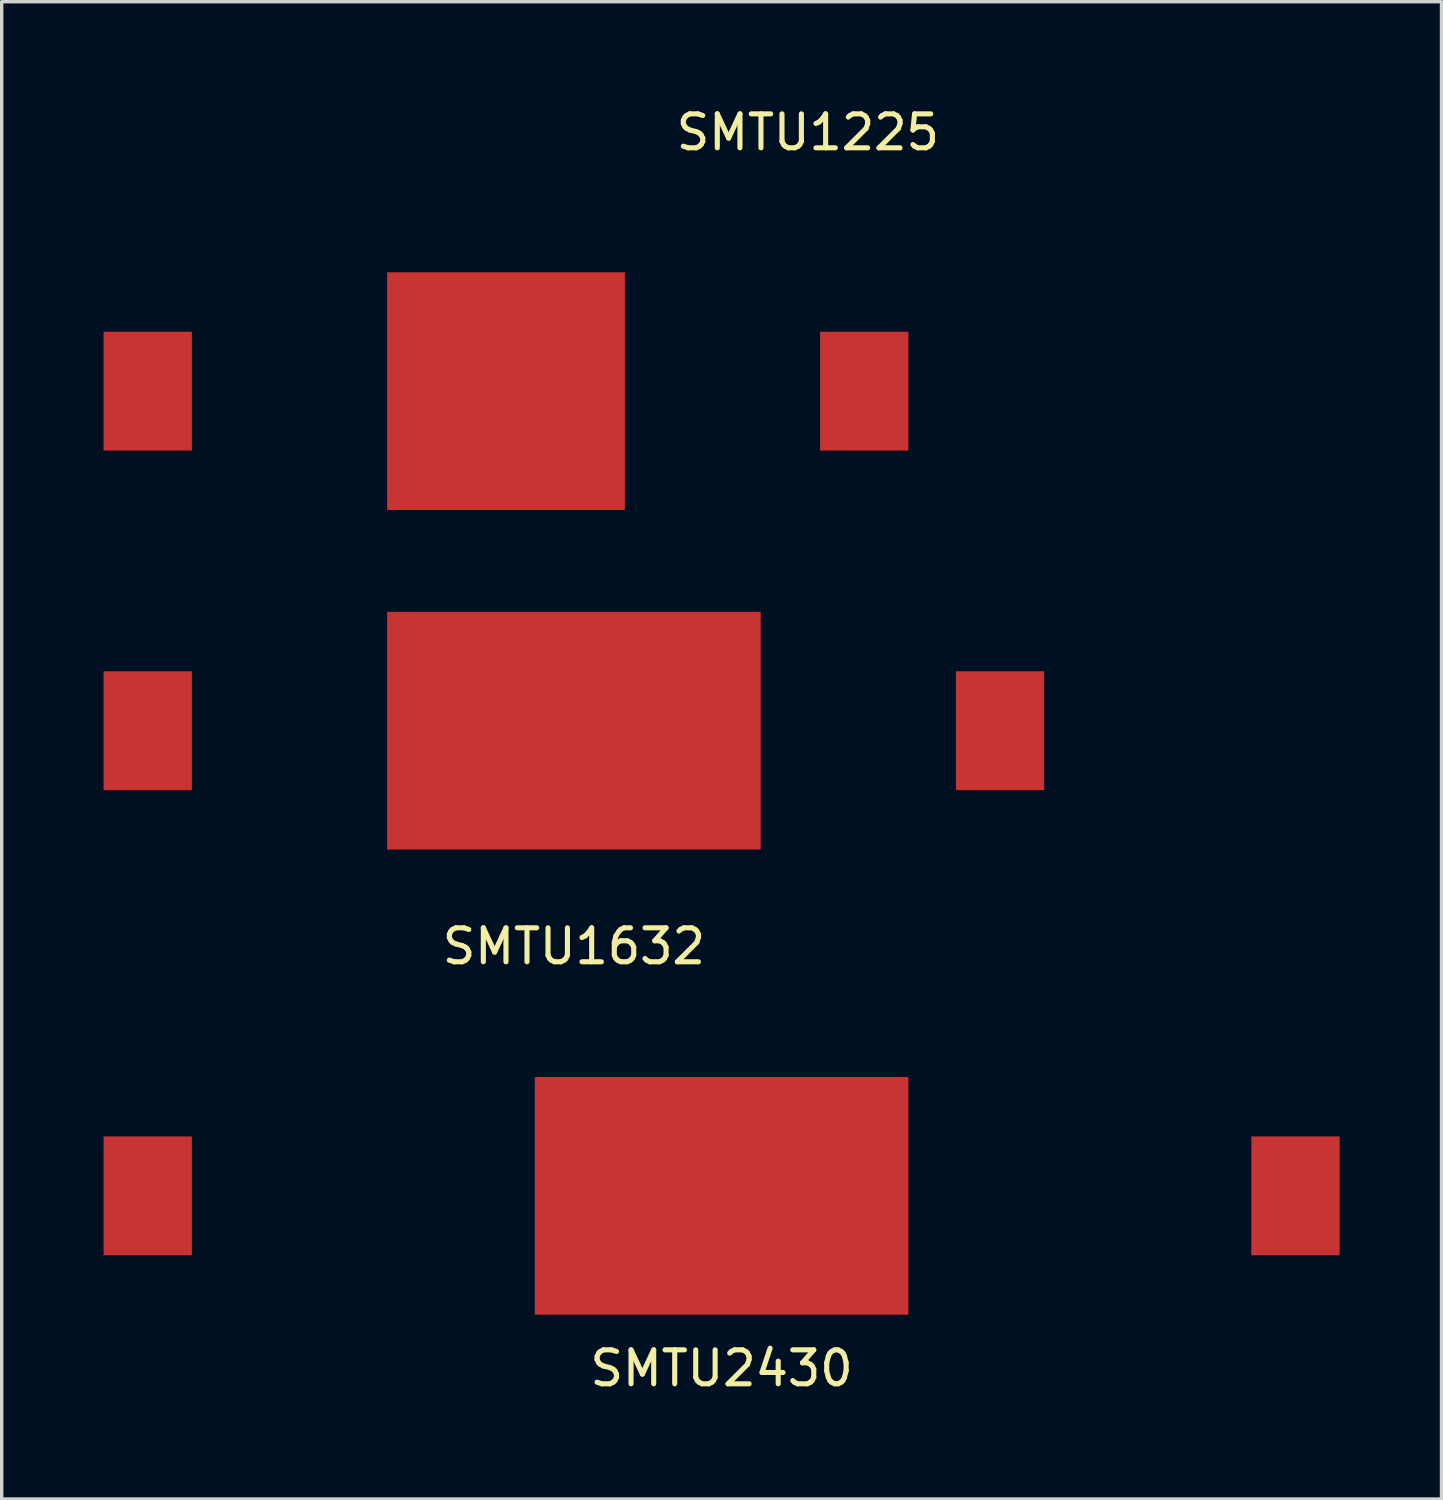
<source format=kicad_pcb>
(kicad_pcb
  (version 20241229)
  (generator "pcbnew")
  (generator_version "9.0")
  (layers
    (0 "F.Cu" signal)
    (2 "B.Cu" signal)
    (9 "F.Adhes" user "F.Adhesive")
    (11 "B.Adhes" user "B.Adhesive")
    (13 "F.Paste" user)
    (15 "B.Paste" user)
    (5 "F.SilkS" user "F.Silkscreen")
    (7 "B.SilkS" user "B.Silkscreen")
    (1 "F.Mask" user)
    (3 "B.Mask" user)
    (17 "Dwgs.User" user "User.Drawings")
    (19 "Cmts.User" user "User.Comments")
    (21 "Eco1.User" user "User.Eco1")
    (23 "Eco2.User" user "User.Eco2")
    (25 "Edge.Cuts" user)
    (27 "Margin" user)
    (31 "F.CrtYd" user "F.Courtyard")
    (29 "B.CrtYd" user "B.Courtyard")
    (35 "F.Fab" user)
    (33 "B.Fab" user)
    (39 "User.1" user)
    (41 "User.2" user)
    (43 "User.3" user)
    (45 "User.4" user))
  (footprint "SMTU1225"
    (layer "F.Cu")
    (at 11.85 8.468)
    (property "Reference" "SMTU1225" (at 8.89 -7.62 0) (layer "F.SilkS") (effects (font (size 1 1) (thickness 0.15))))
    (attr through_hole)
    (pad "1" smd rect (at 0 0) (size 7 7) (layers "F.Cu" "F.Mask" "F.Paste"))
    (pad "2" smd rect (at 10.55 0) (size 2.6 3.5) (layers "F.Cu" "F.Mask" "F.Paste"))
    (pad "3" smd rect (at -10.55 0) (size 2.6 3.5) (layers "F.Cu" "F.Mask" "F.Paste")))
  (footprint "SMTU1632"
    (layer "F.Cu")
    (at 13.85 18.468)
    (property "Reference" "SMTU1632" (at 0 6.35 0) (layer "F.SilkS") (effects (font (size 1 1) (thickness 0.15))))
    (attr through_hole)
    (pad "1" smd rect (at 0 0) (size 11 7) (layers "F.Cu" "F.Mask" "F.Paste"))
    (pad "2" smd rect (at 12.55 0) (size 2.6 3.5) (layers "F.Cu" "F.Mask" "F.Paste"))
    (pad "3" smd rect (at -12.55 0) (size 2.6 3.5) (layers "F.Cu" "F.Mask" "F.Paste")))
  (footprint "SMTU2430"
    (layer "F.Cu")
    (at 18.2 32.166)
    (property "Reference" "SMTU2430" (at 0 5.08 0) (layer "F.SilkS") (effects (font (size 1 1) (thickness 0.15))))
    (attr through_hole)
    (pad "1" smd rect (at -16.9 0) (size 2.6 3.5) (layers "F.Cu" "F.Mask" "F.Paste"))
    (pad "2" smd rect (at 16.9 0) (size 2.6 3.5) (layers "F.Cu" "F.Mask" "F.Paste"))
    (pad "3" smd rect (at 0 0) (size 11 7) (layers "F.Cu" "F.Mask" "F.Paste")))
  (gr_rect
    (start -3 -3)
    (end 39.4 41.095)
    (stroke (width 0.1) (type default))
    (fill no)
    (layer "Edge.Cuts")))
</source>
